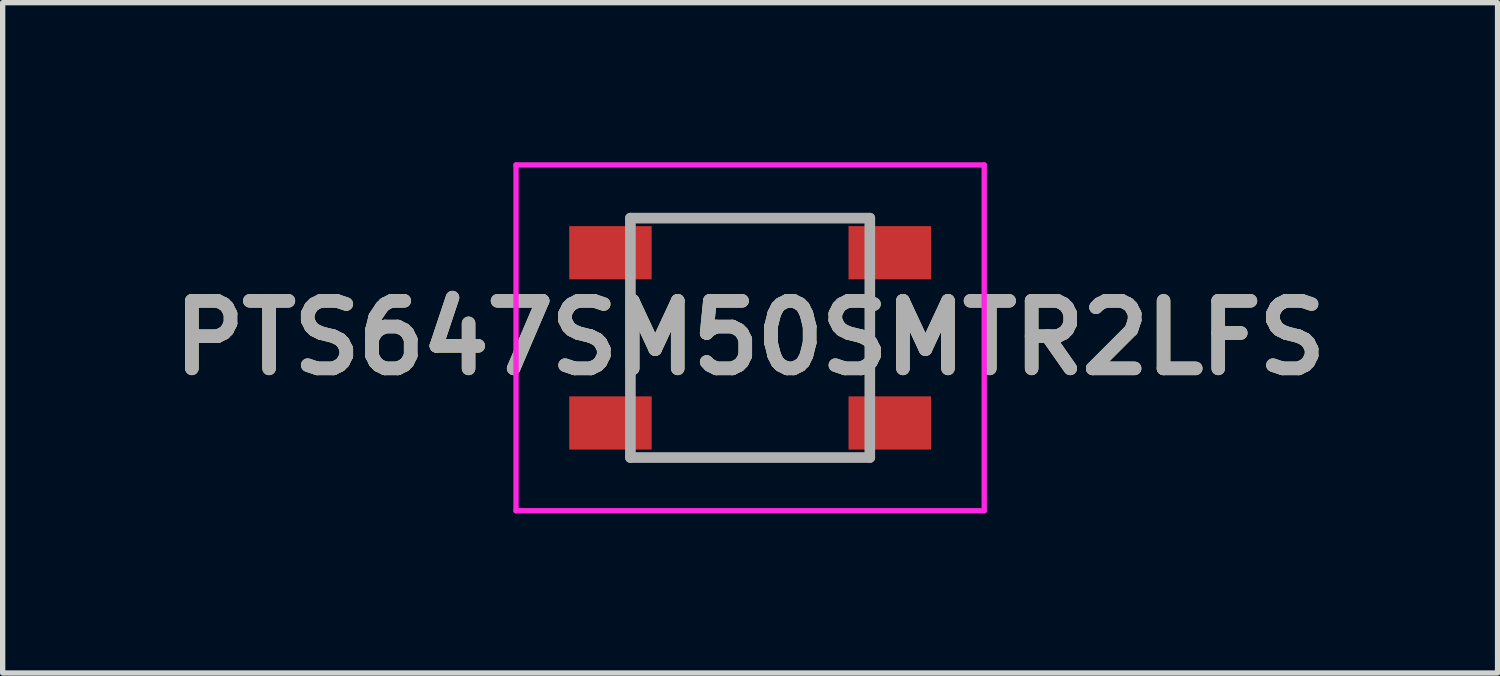
<source format=kicad_pcb>
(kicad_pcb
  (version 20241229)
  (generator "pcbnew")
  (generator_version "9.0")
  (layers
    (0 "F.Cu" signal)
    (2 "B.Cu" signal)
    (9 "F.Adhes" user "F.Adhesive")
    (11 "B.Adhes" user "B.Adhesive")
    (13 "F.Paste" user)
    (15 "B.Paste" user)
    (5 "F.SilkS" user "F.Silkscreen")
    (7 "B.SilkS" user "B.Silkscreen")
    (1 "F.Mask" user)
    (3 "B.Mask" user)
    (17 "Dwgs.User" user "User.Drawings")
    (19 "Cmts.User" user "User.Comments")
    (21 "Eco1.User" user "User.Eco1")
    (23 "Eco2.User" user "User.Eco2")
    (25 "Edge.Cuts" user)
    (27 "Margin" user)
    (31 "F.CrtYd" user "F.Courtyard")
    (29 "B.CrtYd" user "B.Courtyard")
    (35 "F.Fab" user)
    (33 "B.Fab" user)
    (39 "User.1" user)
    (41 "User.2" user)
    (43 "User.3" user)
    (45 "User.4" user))
  (footprint "PTS647SM50SMTR2LFS"
    (layer "F.Cu")
    (at 11.049 3.3)
    (property "Reference" "PTS647SM50SMTR2LFS" (at 0 0 0) (layer "F.SilkS") (effects (font (size 1.27 1.27) (thickness 0.254))))
    (attr smd)
    (fp_line (start -2.25 -0.5) (end -2.25 0.5) (stroke (width 0.1) (type solid)) (layer "F.SilkS"))
    (fp_line (start -1.5 -2.25) (end 1.5 -2.25) (stroke (width 0.1) (type solid)) (layer "F.SilkS"))
    (fp_line (start -1.5 2.25) (end 1.5 2.25) (stroke (width 0.1) (type solid)) (layer "F.SilkS"))
    (fp_line (start 2.25 -0.5) (end 2.25 0.5) (stroke (width 0.1) (type solid)) (layer "F.SilkS"))
    (fp_line (start -4.4 -3.25) (end 4.4 -3.25) (stroke (width 0.1) (type solid)) (layer "F.CrtYd"))
    (fp_line (start -4.4 3.25) (end -4.4 -3.25) (stroke (width 0.1) (type solid)) (layer "F.CrtYd"))
    (fp_line (start 4.4 -3.25) (end 4.4 3.25) (stroke (width 0.1) (type solid)) (layer "F.CrtYd"))
    (fp_line (start 4.4 3.25) (end -4.4 3.25) (stroke (width 0.1) (type solid)) (layer "F.CrtYd"))
    (fp_line (start -2.25 -2.25) (end 2.25 -2.25) (stroke (width 0.2) (type solid)) (layer "F.Fab"))
    (fp_line (start -2.25 2.25) (end -2.25 -2.25) (stroke (width 0.2) (type solid)) (layer "F.Fab"))
    (fp_line (start 2.25 -2.25) (end 2.25 2.25) (stroke (width 0.2) (type solid)) (layer "F.Fab"))
    (fp_line (start 2.25 2.25) (end -2.25 2.25) (stroke (width 0.2) (type solid)) (layer "F.Fab"))
    (fp_text user "${REFERENCE}" (at 0 0 0) (layer "F.Fab") (effects (font (size 1.27 1.27) (thickness 0.254))))
    (pad "1" smd rect (at -2.625 -1.6 90) (size 1 1.55) (layers "F.Cu" "F.Mask" "F.Paste"))
    (pad "2" smd rect (at 2.625 -1.6 90) (size 1 1.55) (layers "F.Cu" "F.Mask" "F.Paste"))
    (pad "3" smd rect (at -2.625 1.6 90) (size 1 1.55) (layers "F.Cu" "F.Mask" "F.Paste"))
    (pad "4" smd rect (at 2.625 1.6 90) (size 1 1.55) (layers "F.Cu" "F.Mask" "F.Paste")))
  (gr_rect
    (start -3 -3)
    (end 25.098 9.6)
    (stroke (width 0.1) (type default))
    (fill no)
    (layer "Edge.Cuts")))
</source>
